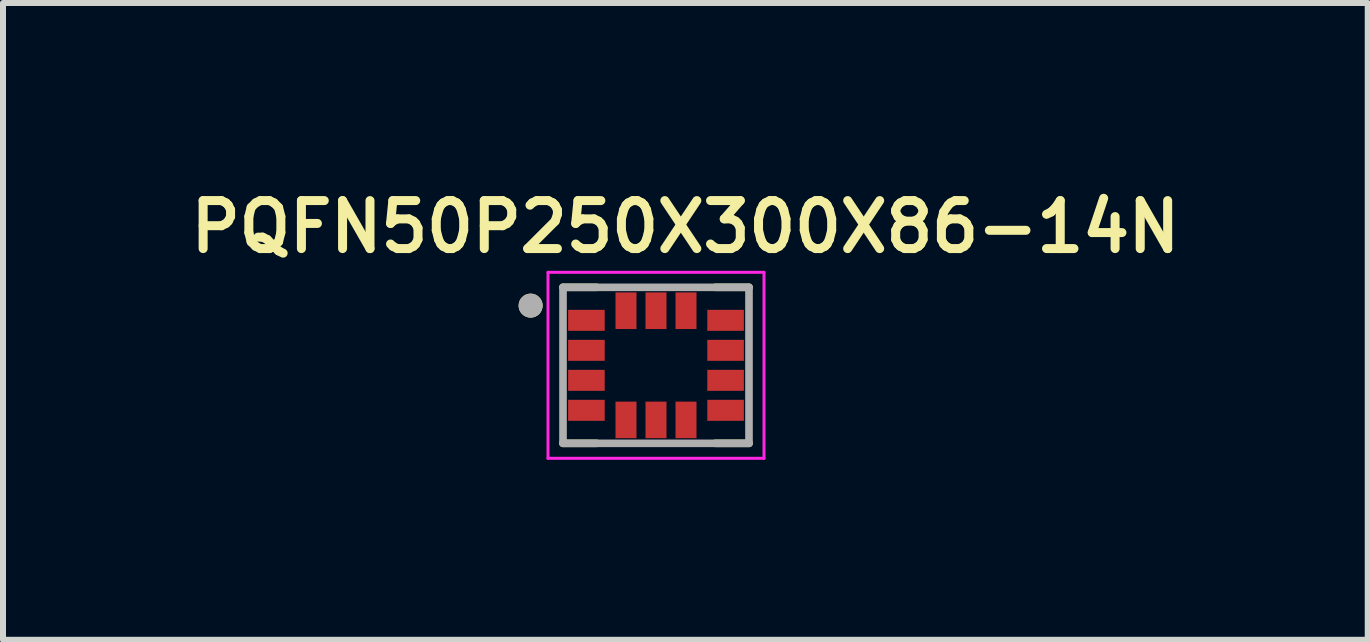
<source format=kicad_pcb>
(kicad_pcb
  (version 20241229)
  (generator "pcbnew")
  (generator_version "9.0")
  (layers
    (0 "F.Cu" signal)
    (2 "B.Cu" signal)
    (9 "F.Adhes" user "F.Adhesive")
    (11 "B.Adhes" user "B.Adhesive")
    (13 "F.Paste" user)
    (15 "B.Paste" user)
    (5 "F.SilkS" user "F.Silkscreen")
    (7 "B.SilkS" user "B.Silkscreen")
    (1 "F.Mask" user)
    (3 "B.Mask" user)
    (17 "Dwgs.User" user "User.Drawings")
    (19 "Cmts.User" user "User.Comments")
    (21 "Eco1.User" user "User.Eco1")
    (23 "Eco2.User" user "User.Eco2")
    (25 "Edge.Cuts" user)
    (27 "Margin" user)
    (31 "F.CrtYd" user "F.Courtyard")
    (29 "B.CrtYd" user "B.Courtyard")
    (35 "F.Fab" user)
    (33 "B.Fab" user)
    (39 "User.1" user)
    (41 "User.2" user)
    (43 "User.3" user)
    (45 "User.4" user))
  (footprint "PQFN50P250X300X86-14N"
    (layer "F.Cu")
    (at 7.884 3.039)
    (property "Reference" "PQFN50P250X300X86-14N" (at 0.49 -2.308 0) (layer "F.SilkS") (effects (font (size 0.8 0.8) (thickness 0.15))))
    (attr smd)
    (fp_poly (pts (xy -1.515 -0.975) (xy -0.805 -0.975) (xy -0.805 -0.525) (xy -1.515 -0.525)) (stroke (width 0.01) (type solid)) (fill yes) (layer "F.Mask"))
    (fp_poly (pts (xy -1.515 -0.475) (xy -0.805 -0.475) (xy -0.805 -0.025) (xy -1.515 -0.025)) (stroke (width 0.01) (type solid)) (fill yes) (layer "F.Mask"))
    (fp_poly (pts (xy -1.515 0.025) (xy -0.805 0.025) (xy -0.805 0.475) (xy -1.515 0.475)) (stroke (width 0.01) (type solid)) (fill yes) (layer "F.Mask"))
    (fp_poly (pts (xy -1.515 0.525) (xy -0.805 0.525) (xy -0.805 0.975) (xy -1.515 0.975)) (stroke (width 0.01) (type solid)) (fill yes) (layer "F.Mask"))
    (fp_poly (pts (xy -0.855 -1.14) (xy -0.145 -1.14) (xy -0.145 -0.69) (xy -0.855 -0.69)) (stroke (width 0.01) (type solid)) (fill yes) (layer "F.Mask"))
    (fp_poly (pts (xy -0.855 0.69) (xy -0.145 0.69) (xy -0.145 1.14) (xy -0.855 1.14)) (stroke (width 0.01) (type solid)) (fill yes) (layer "F.Mask"))
    (fp_poly (pts (xy -0.355 -1.14) (xy 0.355 -1.14) (xy 0.355 -0.69) (xy -0.355 -0.69)) (stroke (width 0.01) (type solid)) (fill yes) (layer "F.Mask"))
    (fp_poly (pts (xy -0.355 0.69) (xy 0.355 0.69) (xy 0.355 1.14) (xy -0.355 1.14)) (stroke (width 0.01) (type solid)) (fill yes) (layer "F.Mask"))
    (fp_poly (pts (xy 0.145 -1.14) (xy 0.855 -1.14) (xy 0.855 -0.69) (xy 0.145 -0.69)) (stroke (width 0.01) (type solid)) (fill yes) (layer "F.Mask"))
    (fp_poly (pts (xy 0.145 0.69) (xy 0.855 0.69) (xy 0.855 1.14) (xy 0.145 1.14)) (stroke (width 0.01) (type solid)) (fill yes) (layer "F.Mask"))
    (fp_poly (pts (xy 0.805 -0.975) (xy 1.515 -0.975) (xy 1.515 -0.525) (xy 0.805 -0.525)) (stroke (width 0.01) (type solid)) (fill yes) (layer "F.Mask"))
    (fp_poly (pts (xy 0.805 -0.475) (xy 1.515 -0.475) (xy 1.515 -0.025) (xy 0.805 -0.025)) (stroke (width 0.01) (type solid)) (fill yes) (layer "F.Mask"))
    (fp_poly (pts (xy 0.805 0.025) (xy 1.515 0.025) (xy 1.515 0.475) (xy 0.805 0.475)) (stroke (width 0.01) (type solid)) (fill yes) (layer "F.Mask"))
    (fp_poly (pts (xy 0.805 0.525) (xy 1.515 0.525) (xy 1.515 0.975) (xy 0.805 0.975)) (stroke (width 0.01) (type solid)) (fill yes) (layer "F.Mask"))
    (fp_line (start -1.55 1.3) (end -0.99 1.3) (stroke (width 0.127) (type solid)) (layer "F.SilkS"))
    (fp_line (start -0.99 -1.3) (end -1.55 -1.3) (stroke (width 0.127) (type solid)) (layer "F.SilkS"))
    (fp_line (start 0.99 -1.3) (end 1.55 -1.3) (stroke (width 0.127) (type solid)) (layer "F.SilkS"))
    (fp_line (start 0.99 1.3) (end 1.55 1.3) (stroke (width 0.127) (type solid)) (layer "F.SilkS"))
    (fp_circle (center -2.09 -0.995) (end -1.99 -0.995) (stroke (width 0.2) (type solid)) (fill no) (layer "F.SilkS"))
    (fp_line (start -1.8 -1.55) (end 1.8 -1.55) (stroke (width 0.05) (type solid)) (layer "F.CrtYd"))
    (fp_line (start -1.8 1.55) (end -1.8 -1.55) (stroke (width 0.05) (type solid)) (layer "F.CrtYd"))
    (fp_line (start 1.8 -1.55) (end 1.8 1.55) (stroke (width 0.05) (type solid)) (layer "F.CrtYd"))
    (fp_line (start 1.8 1.55) (end -1.8 1.55) (stroke (width 0.05) (type solid)) (layer "F.CrtYd"))
    (fp_line (start -1.55 -1.3) (end 1.55 -1.3) (stroke (width 0.127) (type solid)) (layer "F.Fab"))
    (fp_line (start -1.55 1.3) (end -1.55 -1.3) (stroke (width 0.127) (type solid)) (layer "F.Fab"))
    (fp_line (start 1.55 -1.3) (end 1.55 1.3) (stroke (width 0.127) (type solid)) (layer "F.Fab"))
    (fp_line (start 1.55 1.3) (end -1.55 1.3) (stroke (width 0.127) (type solid)) (layer "F.Fab"))
    (fp_circle (center -2.09 -0.995) (end -1.99 -0.995) (stroke (width 0.2) (type solid)) (fill no) (layer "F.Fab"))
    (pad "1" smd rect (at -1.16 -0.75) (size 0.61 0.35) (layers "F.Cu" "F.Paste"))
    (pad "2" smd rect (at -1.16 -0.25) (size 0.61 0.35) (layers "F.Cu" "F.Paste"))
    (pad "3" smd rect (at -1.16 0.25) (size 0.61 0.35) (layers "F.Cu" "F.Paste"))
    (pad "4" smd rect (at -1.16 0.75) (size 0.61 0.35) (layers "F.Cu" "F.Paste"))
    (pad "5" smd rect (at -0.5 0.91 90) (size 0.61 0.35) (layers "F.Cu" "F.Paste"))
    (pad "6" smd rect (at 0 0.91 90) (size 0.61 0.35) (layers "F.Cu" "F.Paste"))
    (pad "7" smd rect (at 0.5 0.91 90) (size 0.61 0.35) (layers "F.Cu" "F.Paste"))
    (pad "8" smd rect (at 1.16 0.75 180) (size 0.61 0.35) (layers "F.Cu" "F.Paste"))
    (pad "9" smd rect (at 1.16 0.25 180) (size 0.61 0.35) (layers "F.Cu" "F.Paste"))
    (pad "10" smd rect (at 1.16 -0.25 180) (size 0.61 0.35) (layers "F.Cu" "F.Paste"))
    (pad "11" smd rect (at 1.16 -0.75 180) (size 0.61 0.35) (layers "F.Cu" "F.Paste"))
    (pad "12" smd rect (at 0.5 -0.91 270) (size 0.61 0.35) (layers "F.Cu" "F.Paste"))
    (pad "13" smd rect (at 0 -0.91 270) (size 0.61 0.35) (layers "F.Cu" "F.Paste"))
    (pad "14" smd rect (at -0.5 -0.91 270) (size 0.61 0.35) (layers "F.Cu" "F.Paste")))
  (gr_rect
    (start -3 -3)
    (end 19.747 7.614)
    (stroke (width 0.1) (type default))
    (fill no)
    (layer "Edge.Cuts")))
</source>
